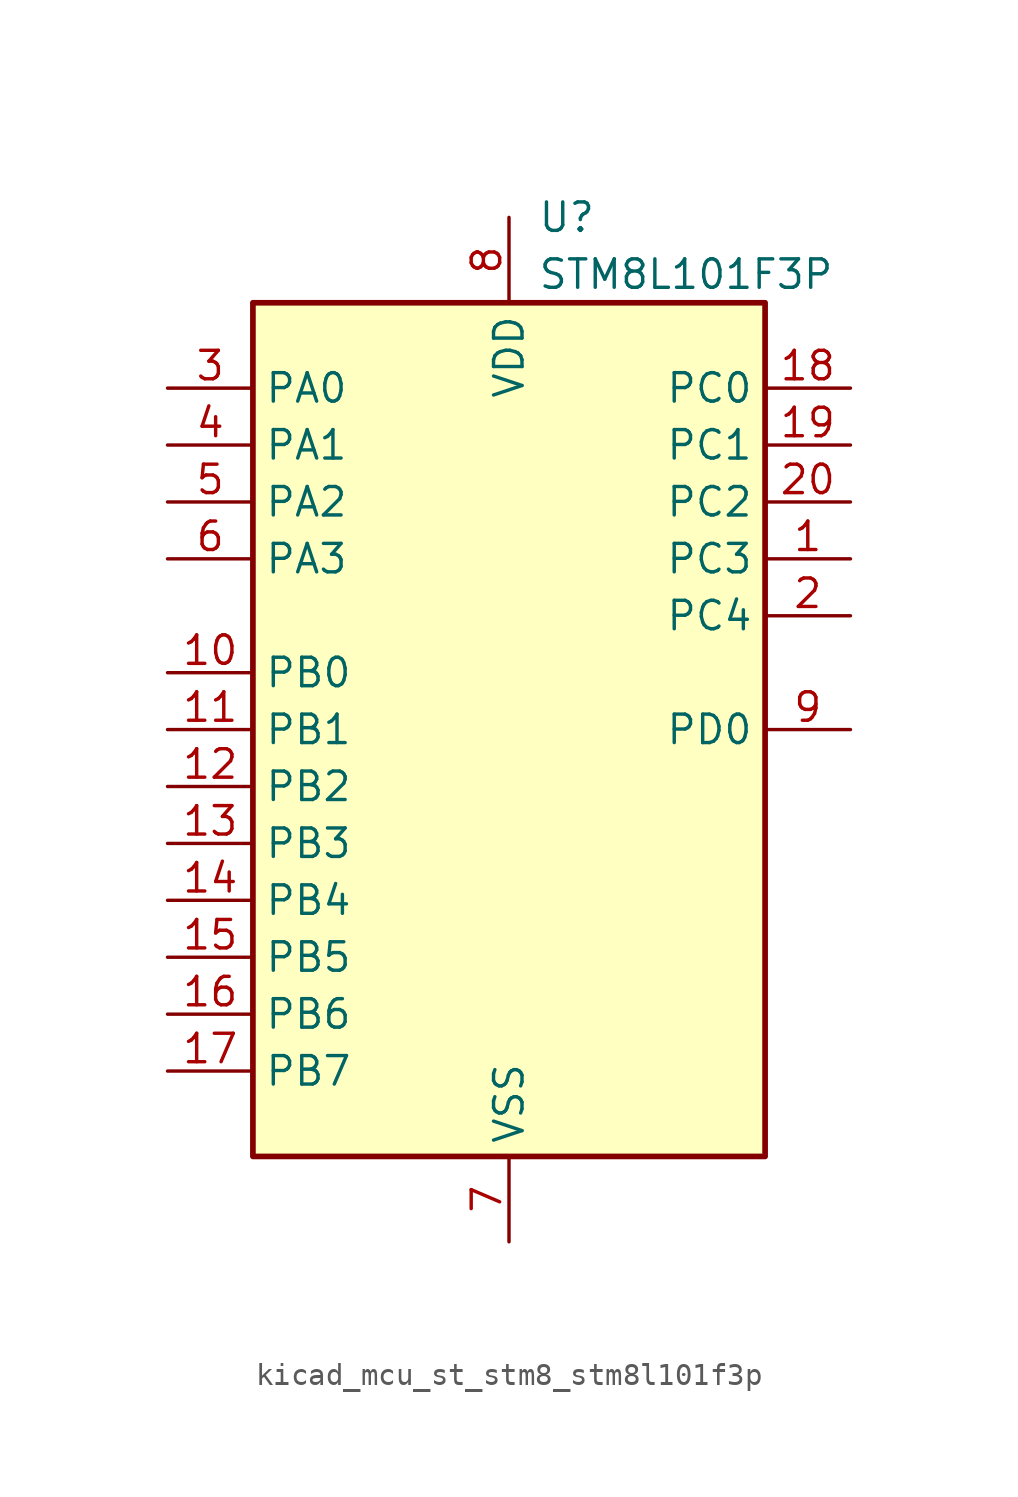
<source format=kicad_sym>
(kicad_symbol_lib
  (version 20220914)
  (generator kicad_symbol_editor)
  (symbol "kicad_mcu_st_stm8_stm8l101f3p"
    (property "Reference" "U"
      (at 1.27 22.86 0)
      (effects (font (size 1.27 1.27)) (justify left)))
    (property "Value" "STM8L101F3P"
      (at 1.27 20.32 0)
      (effects (font (size 1.27 1.27)) (justify left)))
    (symbol "kicad_mcu_st_stm8_stm8l101f3p_0_1"
      (rectangle (start -11.43 19.05) (end 11.43 -19.05) (stroke (width 0.254) (type default)) (fill (type background))))
    (symbol "kicad_mcu_st_stm8_stm8l101f3p_1_1"
      (pin bidirectional line (at 15.24 7.62 180) (length 3.81) (name "PC3" (effects (font (size 1.27 1.27)))) (number "1" (effects (font (size 1.27 1.27)))))
      (pin bidirectional line (at -15.24 2.54 0) (length 3.81) (name "PB0" (effects (font (size 1.27 1.27)))) (number "10" (effects (font (size 1.27 1.27)))))
      (pin bidirectional line (at -15.24 0 0) (length 3.81) (name "PB1" (effects (font (size 1.27 1.27)))) (number "11" (effects (font (size 1.27 1.27)))))
      (pin bidirectional line (at -15.24 -2.54 0) (length 3.81) (name "PB2" (effects (font (size 1.27 1.27)))) (number "12" (effects (font (size 1.27 1.27)))))
      (pin bidirectional line (at -15.24 -5.08 0) (length 3.81) (name "PB3" (effects (font (size 1.27 1.27)))) (number "13" (effects (font (size 1.27 1.27)))))
      (pin bidirectional line (at -15.24 -7.62 0) (length 3.81) (name "PB4" (effects (font (size 1.27 1.27)))) (number "14" (effects (font (size 1.27 1.27)))))
      (pin bidirectional line (at -15.24 -10.16 0) (length 3.81) (name "PB5" (effects (font (size 1.27 1.27)))) (number "15" (effects (font (size 1.27 1.27)))))
      (pin bidirectional line (at -15.24 -12.7 0) (length 3.81) (name "PB6" (effects (font (size 1.27 1.27)))) (number "16" (effects (font (size 1.27 1.27)))))
      (pin bidirectional line (at -15.24 -15.24 0) (length 3.81) (name "PB7" (effects (font (size 1.27 1.27)))) (number "17" (effects (font (size 1.27 1.27)))))
      (pin bidirectional line (at 15.24 15.24 180) (length 3.81) (name "PC0" (effects (font (size 1.27 1.27)))) (number "18" (effects (font (size 1.27 1.27)))))
      (pin bidirectional line (at 15.24 12.7 180) (length 3.81) (name "PC1" (effects (font (size 1.27 1.27)))) (number "19" (effects (font (size 1.27 1.27)))))
      (pin bidirectional line (at 15.24 5.08 180) (length 3.81) (name "PC4" (effects (font (size 1.27 1.27)))) (number "2" (effects (font (size 1.27 1.27)))))
      (pin bidirectional line (at 15.24 10.16 180) (length 3.81) (name "PC2" (effects (font (size 1.27 1.27)))) (number "20" (effects (font (size 1.27 1.27)))))
      (pin power_in line (at -15.24 15.24 0) (length 3.81) (name "PA0" (effects (font (size 1.27 1.27)))) (number "3" (effects (font (size 1.27 1.27)))))
      (pin bidirectional line (at -15.24 12.7 0) (length 3.81) (name "PA1" (effects (font (size 1.27 1.27)))) (number "4" (effects (font (size 1.27 1.27)))))
      (pin bidirectional line (at -15.24 10.16 0) (length 3.81) (name "PA2" (effects (font (size 1.27 1.27)))) (number "5" (effects (font (size 1.27 1.27)))))
      (pin bidirectional line (at -15.24 7.62 0) (length 3.81) (name "PA3" (effects (font (size 1.27 1.27)))) (number "6" (effects (font (size 1.27 1.27)))))
      (pin power_in line (at 0 -22.86 90) (length 3.81) (name "VSS" (effects (font (size 1.27 1.27)))) (number "7" (effects (font (size 1.27 1.27)))))
      (pin power_in line (at 0 22.86 270) (length 3.81) (name "VDD" (effects (font (size 1.27 1.27)))) (number "8" (effects (font (size 1.27 1.27)))))
      (pin bidirectional line (at 15.24 0 180) (length 3.81) (name "PD0" (effects (font (size 1.27 1.27)))) (number "9" (effects (font (size 1.27 1.27))))))))
</source>
